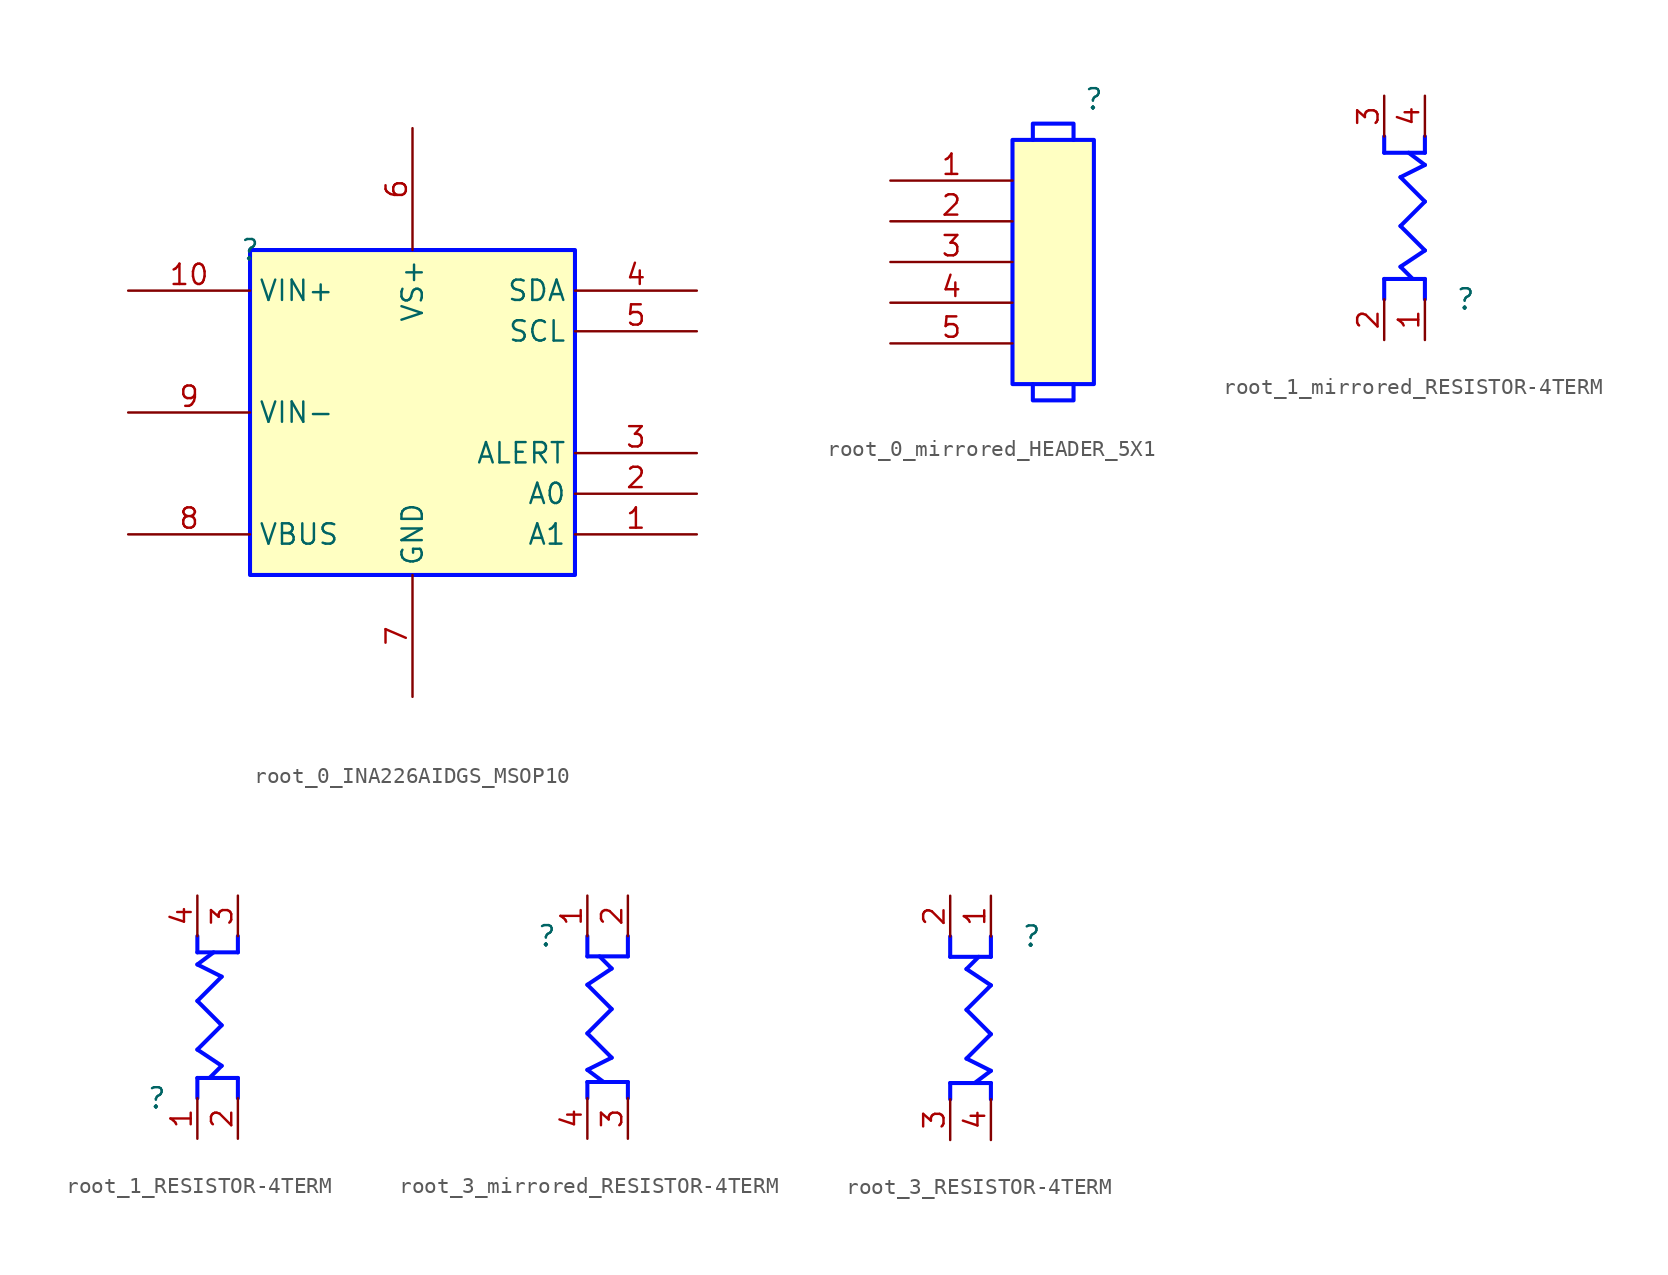
<source format=kicad_sym>
(kicad_symbol_lib
  (version 20231120)
  (generator "kicad_symbol_editor")
  (generator_version "8.0")
  (symbol "root_0_INA226AIDGS_MSOP10"
    (property "Reference" ""
      (at 0 0 0)
      (effects (font (size 1.27 1.27))))
    (property "Value" ""
      (at 0 0 0)
      (effects (font (size 1.27 1.27))))
    (symbol "root_0_INA226AIDGS_MSOP10_1_0"
      (rectangle (start 20.32 0) (end 0 -20.32) (stroke (width 0.254) (type solid) (color 0 11 255 1)) (fill (type background)))
      (pin passive line (at 27.94 -17.78 180) (length 7.62) (name "A1" (effects (font (size 1.27 1.27)))) (number "1" (effects (font (size 1.27 1.27)))))
      (pin passive line (at -7.62 -2.54 0) (length 7.62) (name "VIN+" (effects (font (size 1.27 1.27)))) (number "10" (effects (font (size 1.27 1.27)))))
      (pin passive line (at 27.94 -15.24 180) (length 7.62) (name "A0" (effects (font (size 1.27 1.27)))) (number "2" (effects (font (size 1.27 1.27)))))
      (pin passive line (at 27.94 -12.7 180) (length 7.62) (name "ALERT" (effects (font (size 1.27 1.27)))) (number "3" (effects (font (size 1.27 1.27)))))
      (pin passive line (at 27.94 -2.54 180) (length 7.62) (name "SDA" (effects (font (size 1.27 1.27)))) (number "4" (effects (font (size 1.27 1.27)))))
      (pin passive line (at 27.94 -5.08 180) (length 7.62) (name "SCL" (effects (font (size 1.27 1.27)))) (number "5" (effects (font (size 1.27 1.27)))))
      (pin power_in line (at 10.16 7.62 270) (length 7.62) (name "VS+" (effects (font (size 1.27 1.27)))) (number "6" (effects (font (size 1.27 1.27)))))
      (pin power_in line (at 10.16 -27.94 90) (length 7.62) (name "GND" (effects (font (size 1.27 1.27)))) (number "7" (effects (font (size 1.27 1.27)))))
      (pin passive line (at -7.62 -17.78 0) (length 7.62) (name "VBUS" (effects (font (size 1.27 1.27)))) (number "8" (effects (font (size 1.27 1.27)))))
      (pin passive line (at -7.62 -10.16 0) (length 7.62) (name "VIN-" (effects (font (size 1.27 1.27)))) (number "9" (effects (font (size 1.27 1.27)))))))
  (symbol "root_0_mirrored_HEADER_5X1"
    (property "Reference" ""
      (at 0 0 0)
      (effects (font (size 1.27 1.27))))
    (property "Value" ""
      (at 0 0 0)
      (effects (font (size 1.27 1.27))))
    (symbol "root_0_mirrored_HEADER_5X1_1_0"
      (rectangle (start 0 -2.54) (end -5.08 -17.78) (stroke (width 0.254) (type solid) (color 0 11 255 1)) (fill (type background)))
      (polyline (pts (xy -3.81 -2.54) (xy -3.81 -2.286) (xy -3.81 -1.524) (xy -1.27 -1.524) (xy -1.27 -2.54)) (stroke (width 0.254) (type solid) (color 0 11 255 1)) (fill (type none)))
      (polyline (pts (xy -1.27 -17.78) (xy -1.27 -18.034) (xy -1.27 -18.796) (xy -3.81 -18.796) (xy -3.81 -17.78)) (stroke (width 0.254) (type solid) (color 0 11 255 1)) (fill (type none)))
      (pin passive line (at -12.7 -5.08 0) (length 7.62) (name "1" (effects (font (size 0 0)))) (number "1" (effects (font (size 1.27 1.27)))))
      (pin passive line (at -12.7 -7.62 0) (length 7.62) (name "2" (effects (font (size 0 0)))) (number "2" (effects (font (size 1.27 1.27)))))
      (pin passive line (at -12.7 -10.16 0) (length 7.62) (name "3" (effects (font (size 0 0)))) (number "3" (effects (font (size 1.27 1.27)))))
      (pin passive line (at -12.7 -12.7 0) (length 7.62) (name "4" (effects (font (size 0 0)))) (number "4" (effects (font (size 1.27 1.27)))))
      (pin passive line (at -12.7 -15.24 0) (length 7.62) (name "5" (effects (font (size 0 0)))) (number "5" (effects (font (size 1.27 1.27)))))))
  (symbol "root_1_mirrored_RESISTOR-4TERM"
    (property "Reference" ""
      (at 0 0 0)
      (effects (font (size 1.27 1.27))))
    (property "Value" ""
      (at 0 0 0)
      (effects (font (size 1.27 1.27))))
    (symbol "root_1_mirrored_RESISTOR-4TERM_1_0"
      (polyline (pts (xy -5.08 1.27) (xy -5.08 0)) (stroke (width 0.254) (type solid) (color 0 11 255 1)) (fill (type none)))
      (polyline (pts (xy -5.08 9.144) (xy -5.08 10.16)) (stroke (width 0.254) (type solid) (color 0 11 255 1)) (fill (type none)))
      (polyline (pts (xy -4.064 2.032) (xy -2.54 3.048)) (stroke (width 0.254) (type solid) (color 0 11 255 1)) (fill (type none)))
      (polyline (pts (xy -4.064 4.572) (xy -2.54 6.096)) (stroke (width 0.254) (type solid) (color 0 11 255 1)) (fill (type none)))
      (polyline (pts (xy -4.064 7.62) (xy -2.54 8.382)) (stroke (width 0.254) (type solid) (color 0 11 255 1)) (fill (type none)))
      (polyline (pts (xy -3.302 1.27) (xy -4.064 2.032)) (stroke (width 0.254) (type solid) (color 0 11 255 1)) (fill (type none)))
      (polyline (pts (xy -2.54 1.27) (xy -5.08 1.27)) (stroke (width 0.254) (type solid) (color 0 11 255 1)) (fill (type none)))
      (polyline (pts (xy -2.54 1.27) (xy -2.54 0)) (stroke (width 0.254) (type solid) (color 0 11 255 1)) (fill (type none)))
      (polyline (pts (xy -2.54 3.048) (xy -4.064 4.572)) (stroke (width 0.254) (type solid) (color 0 11 255 1)) (fill (type none)))
      (polyline (pts (xy -2.54 6.096) (xy -4.064 7.62)) (stroke (width 0.254) (type solid) (color 0 11 255 1)) (fill (type none)))
      (polyline (pts (xy -2.54 8.382) (xy -3.556 9.144)) (stroke (width 0.254) (type solid) (color 0 11 255 1)) (fill (type none)))
      (polyline (pts (xy -2.54 9.144) (xy -5.08 9.144)) (stroke (width 0.254) (type solid) (color 0 11 255 1)) (fill (type none)))
      (polyline (pts (xy -2.54 9.144) (xy -2.54 10.16)) (stroke (width 0.254) (type solid) (color 0 11 255 1)) (fill (type none)))
      (pin passive line (at -2.54 -2.54 90) (length 2.54) (name "1" (effects (font (size 0 0)))) (number "1" (effects (font (size 1.27 1.27)))))
      (pin passive line (at -5.08 -2.54 90) (length 2.54) (name "2" (effects (font (size 0 0)))) (number "2" (effects (font (size 1.27 1.27)))))
      (pin passive line (at -5.08 12.7 270) (length 2.54) (name "3" (effects (font (size 0 0)))) (number "3" (effects (font (size 1.27 1.27)))))
      (pin passive line (at -2.54 12.7 270) (length 2.54) (name "4" (effects (font (size 0 0)))) (number "4" (effects (font (size 1.27 1.27)))))))
  (symbol "root_1_RESISTOR-4TERM"
    (property "Reference" ""
      (at 0 0 0)
      (effects (font (size 1.27 1.27))))
    (property "Value" ""
      (at 0 0 0)
      (effects (font (size 1.27 1.27))))
    (symbol "root_1_RESISTOR-4TERM_1_0"
      (polyline (pts (xy 2.54 1.27) (xy 2.54 0)) (stroke (width 0.254) (type solid) (color 0 11 255 1)) (fill (type none)))
      (polyline (pts (xy 2.54 1.27) (xy 5.08 1.27)) (stroke (width 0.254) (type solid) (color 0 11 255 1)) (fill (type none)))
      (polyline (pts (xy 2.54 3.048) (xy 4.064 4.572)) (stroke (width 0.254) (type solid) (color 0 11 255 1)) (fill (type none)))
      (polyline (pts (xy 2.54 6.096) (xy 4.064 7.62)) (stroke (width 0.254) (type solid) (color 0 11 255 1)) (fill (type none)))
      (polyline (pts (xy 2.54 8.382) (xy 3.556 9.144)) (stroke (width 0.254) (type solid) (color 0 11 255 1)) (fill (type none)))
      (polyline (pts (xy 2.54 9.144) (xy 2.54 10.16)) (stroke (width 0.254) (type solid) (color 0 11 255 1)) (fill (type none)))
      (polyline (pts (xy 2.54 9.144) (xy 5.08 9.144)) (stroke (width 0.254) (type solid) (color 0 11 255 1)) (fill (type none)))
      (polyline (pts (xy 3.302 1.27) (xy 4.064 2.032)) (stroke (width 0.254) (type solid) (color 0 11 255 1)) (fill (type none)))
      (polyline (pts (xy 4.064 2.032) (xy 2.54 3.048)) (stroke (width 0.254) (type solid) (color 0 11 255 1)) (fill (type none)))
      (polyline (pts (xy 4.064 4.572) (xy 2.54 6.096)) (stroke (width 0.254) (type solid) (color 0 11 255 1)) (fill (type none)))
      (polyline (pts (xy 4.064 7.62) (xy 2.54 8.382)) (stroke (width 0.254) (type solid) (color 0 11 255 1)) (fill (type none)))
      (polyline (pts (xy 5.08 1.27) (xy 5.08 0)) (stroke (width 0.254) (type solid) (color 0 11 255 1)) (fill (type none)))
      (polyline (pts (xy 5.08 9.144) (xy 5.08 10.16)) (stroke (width 0.254) (type solid) (color 0 11 255 1)) (fill (type none)))
      (pin passive line (at 2.54 -2.54 90) (length 2.54) (name "1" (effects (font (size 0 0)))) (number "1" (effects (font (size 1.27 1.27)))))
      (pin passive line (at 5.08 -2.54 90) (length 2.54) (name "2" (effects (font (size 0 0)))) (number "2" (effects (font (size 1.27 1.27)))))
      (pin passive line (at 5.08 12.7 270) (length 2.54) (name "3" (effects (font (size 0 0)))) (number "3" (effects (font (size 1.27 1.27)))))
      (pin passive line (at 2.54 12.7 270) (length 2.54) (name "4" (effects (font (size 0 0)))) (number "4" (effects (font (size 1.27 1.27)))))))
  (symbol "root_3_mirrored_RESISTOR-4TERM"
    (property "Reference" ""
      (at 0 0 0)
      (effects (font (size 1.27 1.27))))
    (property "Value" ""
      (at 0 0 0)
      (effects (font (size 1.27 1.27))))
    (symbol "root_3_mirrored_RESISTOR-4TERM_1_0"
      (polyline (pts (xy 2.54 -9.144) (xy 2.54 -10.16)) (stroke (width 0.254) (type solid) (color 0 11 255 1)) (fill (type none)))
      (polyline (pts (xy 2.54 -9.144) (xy 5.08 -9.144)) (stroke (width 0.254) (type solid) (color 0 11 255 1)) (fill (type none)))
      (polyline (pts (xy 2.54 -8.382) (xy 3.556 -9.144)) (stroke (width 0.254) (type solid) (color 0 11 255 1)) (fill (type none)))
      (polyline (pts (xy 2.54 -6.096) (xy 4.064 -7.62)) (stroke (width 0.254) (type solid) (color 0 11 255 1)) (fill (type none)))
      (polyline (pts (xy 2.54 -3.048) (xy 4.064 -4.572)) (stroke (width 0.254) (type solid) (color 0 11 255 1)) (fill (type none)))
      (polyline (pts (xy 2.54 -1.27) (xy 2.54 0)) (stroke (width 0.254) (type solid) (color 0 11 255 1)) (fill (type none)))
      (polyline (pts (xy 2.54 -1.27) (xy 5.08 -1.27)) (stroke (width 0.254) (type solid) (color 0 11 255 1)) (fill (type none)))
      (polyline (pts (xy 3.302 -1.27) (xy 4.064 -2.032)) (stroke (width 0.254) (type solid) (color 0 11 255 1)) (fill (type none)))
      (polyline (pts (xy 4.064 -7.62) (xy 2.54 -8.382)) (stroke (width 0.254) (type solid) (color 0 11 255 1)) (fill (type none)))
      (polyline (pts (xy 4.064 -4.572) (xy 2.54 -6.096)) (stroke (width 0.254) (type solid) (color 0 11 255 1)) (fill (type none)))
      (polyline (pts (xy 4.064 -2.032) (xy 2.54 -3.048)) (stroke (width 0.254) (type solid) (color 0 11 255 1)) (fill (type none)))
      (polyline (pts (xy 5.08 -9.144) (xy 5.08 -10.16)) (stroke (width 0.254) (type solid) (color 0 11 255 1)) (fill (type none)))
      (polyline (pts (xy 5.08 -1.27) (xy 5.08 0)) (stroke (width 0.254) (type solid) (color 0 11 255 1)) (fill (type none)))
      (pin passive line (at 2.54 2.54 270) (length 2.54) (name "1" (effects (font (size 0 0)))) (number "1" (effects (font (size 1.27 1.27)))))
      (pin passive line (at 5.08 2.54 270) (length 2.54) (name "2" (effects (font (size 0 0)))) (number "2" (effects (font (size 1.27 1.27)))))
      (pin passive line (at 5.08 -12.7 90) (length 2.54) (name "3" (effects (font (size 0 0)))) (number "3" (effects (font (size 1.27 1.27)))))
      (pin passive line (at 2.54 -12.7 90) (length 2.54) (name "4" (effects (font (size 0 0)))) (number "4" (effects (font (size 1.27 1.27)))))))
  (symbol "root_3_RESISTOR-4TERM"
    (property "Reference" ""
      (at 0 0 0)
      (effects (font (size 1.27 1.27))))
    (property "Value" ""
      (at 0 0 0)
      (effects (font (size 1.27 1.27))))
    (symbol "root_3_RESISTOR-4TERM_1_0"
      (polyline (pts (xy -5.08 -9.144) (xy -5.08 -10.16)) (stroke (width 0.254) (type solid) (color 0 11 255 1)) (fill (type none)))
      (polyline (pts (xy -5.08 -1.27) (xy -5.08 0)) (stroke (width 0.254) (type solid) (color 0 11 255 1)) (fill (type none)))
      (polyline (pts (xy -4.064 -7.62) (xy -2.54 -8.382)) (stroke (width 0.254) (type solid) (color 0 11 255 1)) (fill (type none)))
      (polyline (pts (xy -4.064 -4.572) (xy -2.54 -6.096)) (stroke (width 0.254) (type solid) (color 0 11 255 1)) (fill (type none)))
      (polyline (pts (xy -4.064 -2.032) (xy -2.54 -3.048)) (stroke (width 0.254) (type solid) (color 0 11 255 1)) (fill (type none)))
      (polyline (pts (xy -3.302 -1.27) (xy -4.064 -2.032)) (stroke (width 0.254) (type solid) (color 0 11 255 1)) (fill (type none)))
      (polyline (pts (xy -2.54 -9.144) (xy -5.08 -9.144)) (stroke (width 0.254) (type solid) (color 0 11 255 1)) (fill (type none)))
      (polyline (pts (xy -2.54 -9.144) (xy -2.54 -10.16)) (stroke (width 0.254) (type solid) (color 0 11 255 1)) (fill (type none)))
      (polyline (pts (xy -2.54 -8.382) (xy -3.556 -9.144)) (stroke (width 0.254) (type solid) (color 0 11 255 1)) (fill (type none)))
      (polyline (pts (xy -2.54 -6.096) (xy -4.064 -7.62)) (stroke (width 0.254) (type solid) (color 0 11 255 1)) (fill (type none)))
      (polyline (pts (xy -2.54 -3.048) (xy -4.064 -4.572)) (stroke (width 0.254) (type solid) (color 0 11 255 1)) (fill (type none)))
      (polyline (pts (xy -2.54 -1.27) (xy -5.08 -1.27)) (stroke (width 0.254) (type solid) (color 0 11 255 1)) (fill (type none)))
      (polyline (pts (xy -2.54 -1.27) (xy -2.54 0)) (stroke (width 0.254) (type solid) (color 0 11 255 1)) (fill (type none)))
      (pin passive line (at -2.54 2.54 270) (length 2.54) (name "1" (effects (font (size 0 0)))) (number "1" (effects (font (size 1.27 1.27)))))
      (pin passive line (at -5.08 2.54 270) (length 2.54) (name "2" (effects (font (size 0 0)))) (number "2" (effects (font (size 1.27 1.27)))))
      (pin passive line (at -5.08 -12.7 90) (length 2.54) (name "3" (effects (font (size 0 0)))) (number "3" (effects (font (size 1.27 1.27)))))
      (pin passive line (at -2.54 -12.7 90) (length 2.54) (name "4" (effects (font (size 0 0)))) (number "4" (effects (font (size 1.27 1.27))))))))
</source>
